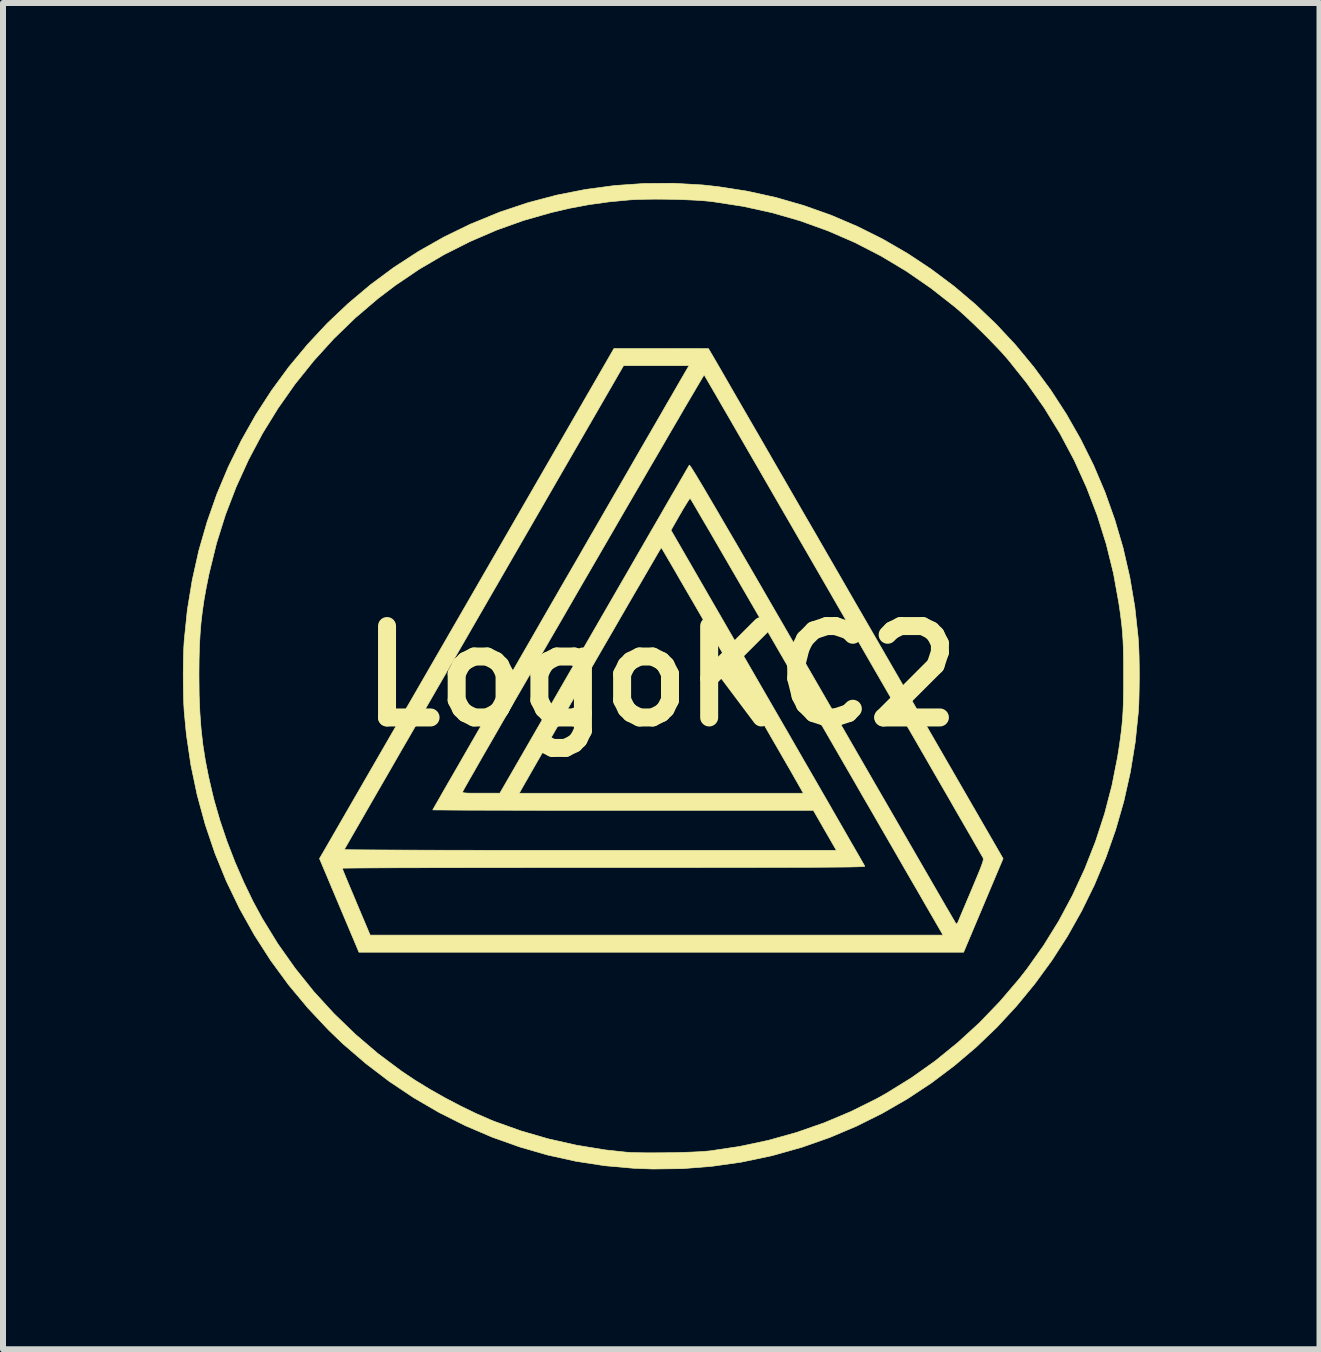
<source format=kicad_pcb>
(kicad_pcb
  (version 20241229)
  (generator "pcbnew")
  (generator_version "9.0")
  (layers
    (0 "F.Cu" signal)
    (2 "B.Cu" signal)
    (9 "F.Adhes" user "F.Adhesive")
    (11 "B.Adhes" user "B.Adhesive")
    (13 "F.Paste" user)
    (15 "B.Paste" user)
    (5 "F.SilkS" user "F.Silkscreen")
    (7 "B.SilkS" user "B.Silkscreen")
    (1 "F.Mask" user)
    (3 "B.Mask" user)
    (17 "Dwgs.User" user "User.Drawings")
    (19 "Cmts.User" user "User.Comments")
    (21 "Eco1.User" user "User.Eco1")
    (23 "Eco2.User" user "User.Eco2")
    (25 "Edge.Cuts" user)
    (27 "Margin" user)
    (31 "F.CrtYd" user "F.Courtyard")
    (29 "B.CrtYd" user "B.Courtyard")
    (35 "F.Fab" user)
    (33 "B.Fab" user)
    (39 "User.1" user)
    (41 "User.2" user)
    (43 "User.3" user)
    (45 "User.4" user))
  (footprint "LogoKC2"
    (layer "F.Cu")
    (at 7.974 8.221)
    (property "Reference" "LogoKC2" (at 0 0 0) (layer "F.SilkS") (effects (font (size 1.524 1.524) (thickness 0.3))))
    (attr through_hole)
    (fp_poly (pts (xy 0.689 -8.188) (xy 0.945 -8.16) (xy 1.433 -8.084) (xy 1.91 -7.979) (xy 2.375 -7.845) (xy 2.829 -7.684) (xy 3.269 -7.496) (xy 3.695 -7.283) (xy 4.106 -7.045) (xy 4.501 -6.783) (xy 4.88 -6.499) (xy 5.241 -6.193) (xy 5.583 -5.866) (xy 5.907 -5.519) (xy 6.21 -5.152) (xy 6.493 -4.768) (xy 6.753 -4.367) (xy 6.991 -3.949) (xy 7.206 -3.516) (xy 7.396 -3.069) (xy 7.56 -2.608) (xy 7.699 -2.135) (xy 7.81 -1.65) (xy 7.894 -1.154) (xy 7.949 -0.649) (xy 7.953 -0.595) (xy 7.96 -0.473) (xy 7.965 -0.327) (xy 7.968 -0.166) (xy 7.969 0.004) (xy 7.967 0.173) (xy 7.964 0.334) (xy 7.96 0.479) (xy 7.953 0.595) (xy 7.901 1.102) (xy 7.82 1.599) (xy 7.711 2.087) (xy 7.574 2.563) (xy 7.411 3.027) (xy 7.222 3.478) (xy 7.008 3.915) (xy 6.771 4.337) (xy 6.51 4.742) (xy 6.226 5.131) (xy 5.922 5.501) (xy 5.596 5.853) (xy 5.251 6.184) (xy 4.886 6.494) (xy 4.504 6.782) (xy 4.103 7.047) (xy 3.687 7.287) (xy 3.254 7.503) (xy 2.807 7.692) (xy 2.346 7.854) (xy 1.871 7.988) (xy 1.818 8.001) (xy 1.332 8.103) (xy 0.844 8.172) (xy 0.353 8.211) (xy -0.143 8.217) (xy -0.459 8.205) (xy -0.944 8.162) (xy -1.424 8.088) (xy -1.898 7.983) (xy -2.364 7.848) (xy -2.822 7.685) (xy -3.27 7.493) (xy -3.706 7.274) (xy -4.129 7.028) (xy -4.537 6.755) (xy -4.929 6.456) (xy -5.304 6.133) (xy -5.541 5.906) (xy -5.89 5.535) (xy -6.215 5.145) (xy -6.513 4.738) (xy -6.785 4.314) (xy -7.031 3.874) (xy -7.25 3.42) (xy -7.441 2.953) (xy -7.603 2.473) (xy -7.737 1.982) (xy -7.842 1.482) (xy -7.917 0.972) (xy -7.953 0.595) (xy -7.96 0.473) (xy -7.965 0.327) (xy -7.968 0.166) (xy -7.969 0) (xy -7.707 0) (xy -7.704 0.315) (xy -7.692 0.605) (xy -7.672 0.879) (xy -7.642 1.143) (xy -7.601 1.405) (xy -7.549 1.67) (xy -7.485 1.947) (xy -7.452 2.08) (xy -7.356 2.412) (xy -7.24 2.755) (xy -7.107 3.099) (xy -6.96 3.437) (xy -6.804 3.76) (xy -6.652 4.04) (xy -6.391 4.465) (xy -6.103 4.872) (xy -5.792 5.26) (xy -5.457 5.626) (xy -5.1 5.971) (xy -4.723 6.293) (xy -4.329 6.587) (xy -4.106 6.736) (xy -3.863 6.885) (xy -3.607 7.03) (xy -3.346 7.167) (xy -3.09 7.291) (xy -2.845 7.398) (xy -2.786 7.422) (xy -2.342 7.581) (xy -1.884 7.714) (xy -1.414 7.82) (xy -0.938 7.898) (xy -0.587 7.936) (xy -0.501 7.942) (xy -0.389 7.945) (xy -0.256 7.947) (xy -0.11 7.947) (xy 0.045 7.946) (xy 0.203 7.944) (xy 0.357 7.94) (xy 0.503 7.935) (xy 0.633 7.929) (xy 0.743 7.921) (xy 0.818 7.914) (xy 1.305 7.841) (xy 1.785 7.739) (xy 2.256 7.607) (xy 2.715 7.447) (xy 3.161 7.259) (xy 3.592 7.045) (xy 3.754 6.954) (xy 4.165 6.7) (xy 4.562 6.419) (xy 4.941 6.111) (xy 5.304 5.779) (xy 5.646 5.423) (xy 5.968 5.046) (xy 6.096 4.882) (xy 6.372 4.493) (xy 6.626 4.083) (xy 6.855 3.655) (xy 7.06 3.212) (xy 7.239 2.757) (xy 7.391 2.291) (xy 7.514 1.818) (xy 7.608 1.341) (xy 7.628 1.214) (xy 7.649 1.07) (xy 7.666 0.941) (xy 7.679 0.823) (xy 7.69 0.708) (xy 7.697 0.592) (xy 7.702 0.468) (xy 7.705 0.329) (xy 7.707 0.171) (xy 7.707 0) (xy 7.707 -0.182) (xy 7.705 -0.339) (xy 7.702 -0.476) (xy 7.697 -0.6) (xy 7.689 -0.716) (xy 7.679 -0.83) (xy 7.665 -0.949) (xy 7.648 -1.079) (xy 7.628 -1.214) (xy 7.539 -1.71) (xy 7.419 -2.197) (xy 7.269 -2.676) (xy 7.09 -3.144) (xy 6.883 -3.6) (xy 6.647 -4.043) (xy 6.384 -4.472) (xy 6.093 -4.885) (xy 5.777 -5.281) (xy 5.765 -5.294) (xy 5.681 -5.39) (xy 5.577 -5.5) (xy 5.461 -5.62) (xy 5.338 -5.743) (xy 5.213 -5.865) (xy 5.092 -5.979) (xy 4.981 -6.08) (xy 4.89 -6.158) (xy 4.493 -6.469) (xy 4.083 -6.752) (xy 3.66 -7.005) (xy 3.225 -7.229) (xy 2.778 -7.423) (xy 2.318 -7.589) (xy 1.847 -7.725) (xy 1.365 -7.831) (xy 0.872 -7.907) (xy 0.818 -7.914) (xy 0.702 -7.925) (xy 0.563 -7.934) (xy 0.405 -7.941) (xy 0.236 -7.947) (xy 0.064 -7.95) (xy -0.105 -7.951) (xy -0.264 -7.949) (xy -0.407 -7.945) (xy -0.524 -7.939) (xy -0.871 -7.906) (xy -1.202 -7.86) (xy -1.528 -7.799) (xy -1.832 -7.728) (xy -2.292 -7.597) (xy -2.744 -7.436) (xy -3.187 -7.245) (xy -3.618 -7.028) (xy -4.034 -6.784) (xy -4.433 -6.514) (xy -4.724 -6.293) (xy -5.104 -5.969) (xy -5.461 -5.623) (xy -5.794 -5.256) (xy -6.104 -4.87) (xy -6.388 -4.466) (xy -6.648 -4.045) (xy -6.88 -3.608) (xy -7.086 -3.156) (xy -7.265 -2.691) (xy -7.415 -2.213) (xy -7.535 -1.724) (xy -7.546 -1.673) (xy -7.589 -1.459) (xy -7.624 -1.262) (xy -7.651 -1.074) (xy -7.673 -0.889) (xy -7.688 -0.701) (xy -7.699 -0.503) (xy -7.705 -0.287) (xy -7.707 -0.048) (xy -7.707 0) (xy -7.969 0) (xy -7.969 -0.004) (xy -7.968 -0.173) (xy -7.965 -0.334) (xy -7.96 -0.479) (xy -7.953 -0.595) (xy -7.901 -1.103) (xy -7.819 -1.602) (xy -7.71 -2.091) (xy -7.572 -2.569) (xy -7.408 -3.036) (xy -7.217 -3.49) (xy -7.001 -3.929) (xy -6.761 -4.354) (xy -6.497 -4.762) (xy -6.21 -5.153) (xy -5.9 -5.526) (xy -5.57 -5.88) (xy -5.218 -6.213) (xy -4.847 -6.525) (xy -4.457 -6.814) (xy -4.049 -7.079) (xy -3.623 -7.32) (xy -3.181 -7.535) (xy -2.722 -7.723) (xy -2.69 -7.736) (xy -2.222 -7.892) (xy -1.746 -8.018) (xy -1.264 -8.113) (xy -0.778 -8.178) (xy -0.289 -8.212) (xy 0.2 -8.216) (xy 0.689 -8.188)) (stroke (width 0.01) (type solid)) (fill yes) (layer "F.SilkS"))
    (fp_poly (pts (xy -0.001 -5.461) (xy 0.786 -5.46) (xy 0.861 -5.333) (xy 0.875 -5.309) (xy 0.904 -5.259) (xy 0.948 -5.183) (xy 1.006 -5.083) (xy 1.077 -4.96) (xy 1.16 -4.815) (xy 1.256 -4.649) (xy 1.363 -4.464) (xy 1.481 -4.26) (xy 1.61 -4.038) (xy 1.747 -3.8) (xy 1.893 -3.547) (xy 2.048 -3.279) (xy 2.21 -2.998) (xy 2.379 -2.705) (xy 2.555 -2.402) (xy 2.736 -2.088) (xy 2.922 -1.766) (xy 3.112 -1.436) (xy 3.306 -1.1) (xy 3.317 -1.082) (xy 5.698 3.042) (xy 5.04 4.603) (xy 0 4.603) (xy -5.04 4.603) (xy -5.369 3.823) (xy -5.63 3.203) (xy -5.318 3.203) (xy -5.313 3.22) (xy -5.296 3.262) (xy -5.269 3.328) (xy -5.234 3.413) (xy -5.192 3.514) (xy -5.144 3.627) (xy -5.092 3.751) (xy -5.086 3.766) (xy -4.853 4.318) (xy 4.697 4.318) (xy 4.58 4.116) (xy 4.562 4.084) (xy 4.528 4.026) (xy 4.48 3.943) (xy 4.418 3.836) (xy 4.344 3.707) (xy 4.257 3.556) (xy 4.158 3.386) (xy 4.049 3.197) (xy 3.93 2.99) (xy 3.801 2.767) (xy 3.664 2.53) (xy 3.519 2.278) (xy 3.366 2.015) (xy 3.208 1.74) (xy 3.043 1.455) (xy 2.874 1.162) (xy 2.7 0.861) (xy 2.523 0.554) (xy 2.478 0.477) (xy 2.302 0.171) (xy 2.13 -0.127) (xy 1.962 -0.417) (xy 1.8 -0.697) (xy 1.644 -0.967) (xy 1.495 -1.224) (xy 1.353 -1.469) (xy 1.22 -1.699) (xy 1.095 -1.914) (xy 0.98 -2.112) (xy 0.875 -2.293) (xy 0.781 -2.455) (xy 0.698 -2.596) (xy 0.628 -2.716) (xy 0.571 -2.814) (xy 0.527 -2.889) (xy 0.497 -2.938) (xy 0.483 -2.962) (xy 0.481 -2.964) (xy 0.47 -2.952) (xy 0.445 -2.916) (xy 0.411 -2.861) (xy 0.368 -2.791) (xy 0.321 -2.71) (xy 0.315 -2.7) (xy 0.162 -2.432) (xy 1.773 0.358) (xy 1.932 0.633) (xy 2.087 0.901) (xy 2.236 1.16) (xy 2.38 1.41) (xy 2.518 1.648) (xy 2.648 1.874) (xy 2.771 2.087) (xy 2.884 2.284) (xy 2.988 2.465) (xy 3.082 2.628) (xy 3.165 2.773) (xy 3.237 2.897) (xy 3.296 2.999) (xy 3.341 3.079) (xy 3.373 3.134) (xy 3.39 3.164) (xy 3.392 3.169) (xy 3.389 3.172) (xy 3.378 3.174) (xy 3.357 3.175) (xy 3.326 3.177) (xy 3.283 3.179) (xy 3.227 3.18) (xy 3.158 3.182) (xy 3.074 3.183) (xy 2.975 3.184) (xy 2.859 3.185) (xy 2.726 3.186) (xy 2.573 3.187) (xy 2.401 3.188) (xy 2.208 3.188) (xy 1.994 3.189) (xy 1.756 3.189) (xy 1.495 3.19) (xy 1.209 3.19) (xy 0.897 3.19) (xy 0.558 3.191) (xy 0.192 3.191) (xy -0.204 3.191) (xy -0.63 3.191) (xy -0.959 3.191) (xy -1.329 3.191) (xy -1.69 3.191) (xy -2.042 3.191) (xy -2.383 3.192) (xy -2.712 3.192) (xy -3.027 3.192) (xy -3.328 3.193) (xy -3.612 3.193) (xy -3.879 3.194) (xy -4.128 3.195) (xy -4.357 3.195) (xy -4.564 3.196) (xy -4.75 3.197) (xy -4.911 3.198) (xy -5.047 3.199) (xy -5.158 3.2) (xy -5.24 3.201) (xy -5.294 3.202) (xy -5.317 3.203) (xy -5.318 3.203) (xy -5.63 3.203) (xy -5.698 3.042) (xy -5.61 2.891) (xy -5.284 2.891) (xy -5.269 2.892) (xy -5.223 2.894) (xy -5.147 2.895) (xy -5.042 2.896) (xy -4.909 2.897) (xy -4.75 2.898) (xy -4.564 2.899) (xy -4.353 2.9) (xy -4.118 2.901) (xy -3.86 2.902) (xy -3.579 2.903) (xy -3.278 2.903) (xy -2.955 2.904) (xy -2.614 2.904) (xy -2.254 2.905) (xy -1.876 2.905) (xy -1.482 2.905) (xy -1.185 2.905) (xy 2.919 2.905) (xy 2.727 2.572) (xy 2.535 2.238) (xy -0.637 2.238) (xy -0.952 2.238) (xy -1.259 2.238) (xy -1.555 2.238) (xy -1.84 2.238) (xy -2.111 2.237) (xy -2.368 2.237) (xy -2.609 2.236) (xy -2.833 2.236) (xy -3.037 2.235) (xy -3.221 2.235) (xy -3.383 2.234) (xy -3.521 2.233) (xy -3.634 2.232) (xy -3.72 2.232) (xy -3.778 2.231) (xy -3.807 2.23) (xy -3.81 2.23) (xy -3.802 2.215) (xy -3.779 2.175) (xy -3.742 2.11) (xy -3.691 2.022) (xy -3.652 1.953) (xy -2.368 1.953) (xy 2.368 1.953) (xy 2.315 1.859) (xy 2.279 1.795) (xy 2.23 1.71) (xy 2.17 1.604) (xy 2.099 1.481) (xy 2.018 1.341) (xy 1.929 1.186) (xy 1.832 1.019) (xy 1.73 0.841) (xy 1.622 0.654) (xy 1.51 0.46) (xy 1.395 0.26) (xy 1.277 0.058) (xy 1.159 -0.147) (xy 1.041 -0.351) (xy 0.924 -0.553) (xy 0.81 -0.751) (xy 0.698 -0.943) (xy 0.592 -1.127) (xy 0.49 -1.302) (xy 0.395 -1.465) (xy 0.308 -1.615) (xy 0.23 -1.751) (xy 0.161 -1.869) (xy 0.103 -1.968) (xy 0.057 -2.047) (xy 0.024 -2.103) (xy 0.004 -2.135) (xy 0 -2.142) (xy -0.008 -2.129) (xy -0.032 -2.09) (xy -0.069 -2.027) (xy -0.118 -1.942) (xy -0.179 -1.837) (xy -0.251 -1.714) (xy -0.332 -1.574) (xy -0.422 -1.42) (xy -0.519 -1.253) (xy -0.622 -1.075) (xy -0.73 -0.888) (xy -0.842 -0.694) (xy -0.958 -0.495) (xy -1.075 -0.292) (xy -1.193 -0.088) (xy -1.311 0.116) (xy -1.428 0.318) (xy -1.542 0.516) (xy -1.653 0.709) (xy -1.76 0.893) (xy -1.861 1.069) (xy -1.956 1.232) (xy -2.043 1.383) (xy -2.121 1.519) (xy -2.189 1.638) (xy -2.246 1.738) (xy -2.292 1.818) (xy -2.315 1.859) (xy -2.368 1.953) (xy -3.652 1.953) (xy -3.642 1.936) (xy -3.312 1.936) (xy -3.303 1.943) (xy -3.28 1.947) (xy -3.24 1.95) (xy -3.179 1.952) (xy -3.093 1.952) (xy -3.006 1.952) (xy -2.691 1.952) (xy -1.12 -0.772) (xy -0.963 -1.044) (xy -0.81 -1.309) (xy -0.662 -1.565) (xy -0.52 -1.811) (xy -0.384 -2.047) (xy -0.256 -2.269) (xy -0.135 -2.478) (xy -0.023 -2.671) (xy 0.079 -2.849) (xy 0.171 -3.008) (xy 0.253 -3.148) (xy 0.322 -3.268) (xy 0.379 -3.366) (xy 0.422 -3.441) (xy 0.452 -3.491) (xy 0.466 -3.516) (xy 0.468 -3.518) (xy 0.473 -3.514) (xy 0.486 -3.496) (xy 0.508 -3.464) (xy 0.537 -3.417) (xy 0.576 -3.355) (xy 0.623 -3.276) (xy 0.681 -3.18) (xy 0.748 -3.066) (xy 0.826 -2.933) (xy 0.915 -2.782) (xy 1.015 -2.61) (xy 1.127 -2.418) (xy 1.252 -2.205) (xy 1.388 -1.969) (xy 1.538 -1.711) (xy 1.701 -1.429) (xy 1.878 -1.123) (xy 2.069 -0.793) (xy 2.275 -0.436) (xy 2.496 -0.054) (xy 2.69 0.282) (xy 2.876 0.604) (xy 3.058 0.92) (xy 3.235 1.227) (xy 3.407 1.525) (xy 3.573 1.813) (xy 3.733 2.089) (xy 3.885 2.352) (xy 4.029 2.602) (xy 4.165 2.837) (xy 4.291 3.055) (xy 4.408 3.257) (xy 4.514 3.441) (xy 4.609 3.605) (xy 4.692 3.749) (xy 4.763 3.871) (xy 4.821 3.97) (xy 4.865 4.046) (xy 4.895 4.097) (xy 4.909 4.122) (xy 4.911 4.124) (xy 4.924 4.132) (xy 4.939 4.113) (xy 4.949 4.093) (xy 4.96 4.066) (xy 4.982 4.013) (xy 5.013 3.939) (xy 5.052 3.848) (xy 5.096 3.743) (xy 5.145 3.628) (xy 5.177 3.552) (xy 5.233 3.418) (xy 5.278 3.31) (xy 5.313 3.225) (xy 5.338 3.16) (xy 5.355 3.112) (xy 5.365 3.078) (xy 5.368 3.054) (xy 5.367 3.038) (xy 5.364 3.028) (xy 5.353 3.009) (xy 5.326 2.963) (xy 5.286 2.892) (xy 5.232 2.799) (xy 5.166 2.683) (xy 5.087 2.547) (xy 4.997 2.391) (xy 4.897 2.218) (xy 4.788 2.027) (xy 4.669 1.822) (xy 4.542 1.602) (xy 4.408 1.369) (xy 4.267 1.125) (xy 4.12 0.871) (xy 3.969 0.608) (xy 3.813 0.338) (xy 3.653 0.061) (xy 3.49 -0.221) (xy 3.326 -0.506) (xy 3.16 -0.793) (xy 2.993 -1.081) (xy 2.827 -1.369) (xy 2.662 -1.655) (xy 2.498 -1.939) (xy 2.337 -2.217) (xy 2.179 -2.491) (xy 2.025 -2.757) (xy 1.876 -3.015) (xy 1.733 -3.263) (xy 1.596 -3.5) (xy 1.465 -3.726) (xy 1.343 -3.937) (xy 1.229 -4.134) (xy 1.125 -4.315) (xy 1.03 -4.478) (xy 0.947 -4.622) (xy 0.875 -4.746) (xy 0.815 -4.849) (xy 0.769 -4.929) (xy 0.736 -4.985) (xy 0.718 -5.016) (xy 0.715 -5.021) (xy 0.706 -5.009) (xy 0.683 -4.97) (xy 0.645 -4.906) (xy 0.594 -4.82) (xy 0.53 -4.711) (xy 0.454 -4.582) (xy 0.367 -4.434) (xy 0.271 -4.268) (xy 0.164 -4.086) (xy 0.05 -3.889) (xy -0.072 -3.679) (xy -0.202 -3.457) (xy -0.337 -3.224) (xy -0.478 -2.982) (xy -0.623 -2.733) (xy -0.771 -2.477) (xy -0.923 -2.215) (xy -1.076 -1.951) (xy -1.231 -1.684) (xy -1.386 -1.417) (xy -1.54 -1.15) (xy -1.693 -0.885) (xy -1.845 -0.624) (xy -1.993 -0.368) (xy -2.137 -0.118) (xy -2.277 0.124) (xy -2.412 0.357) (xy -2.54 0.58) (xy -2.662 0.791) (xy -2.775 0.988) (xy -2.88 1.17) (xy -2.976 1.336) (xy -3.061 1.485) (xy -3.135 1.615) (xy -3.198 1.724) (xy -3.247 1.811) (xy -3.284 1.876) (xy -3.305 1.915) (xy -3.312 1.928) (xy -3.312 1.936) (xy -3.642 1.936) (xy -3.628 1.911) (xy -3.553 1.78) (xy -3.466 1.63) (xy -3.369 1.462) (xy -3.263 1.277) (xy -3.148 1.077) (xy -3.025 0.864) (xy -2.895 0.638) (xy -2.758 0.401) (xy -2.616 0.154) (xy -2.469 -0.1) (xy -2.318 -0.362) (xy -2.164 -0.629) (xy -2.008 -0.901) (xy -1.85 -1.175) (xy -1.691 -1.451) (xy -1.532 -1.726) (xy -1.373 -2) (xy -1.217 -2.272) (xy -1.062 -2.539) (xy -0.911 -2.801) (xy -0.764 -3.056) (xy -0.621 -3.303) (xy -0.484 -3.541) (xy -0.354 -3.767) (xy -0.23 -3.981) (xy -0.114 -4.181) (xy -0.007 -4.366) (xy 0.09 -4.535) (xy 0.178 -4.686) (xy 0.254 -4.818) (xy 0.318 -4.929) (xy 0.37 -5.018) (xy 0.408 -5.084) (xy 0.432 -5.125) (xy 0.441 -5.14) (xy 0.464 -5.175) (xy -0.629 -5.175) (xy -2.954 -1.149) (xy -3.145 -0.818) (xy -3.332 -0.494) (xy -3.514 -0.179) (xy -3.691 0.128) (xy -3.862 0.424) (xy -4.026 0.709) (xy -4.183 0.981) (xy -4.333 1.239) (xy -4.473 1.483) (xy -4.605 1.712) (xy -4.727 1.923) (xy -4.839 2.117) (xy -4.939 2.291) (xy -5.028 2.446) (xy -5.105 2.579) (xy -5.169 2.69) (xy -5.219 2.778) (xy -5.256 2.841) (xy -5.277 2.879) (xy -5.284 2.891) (xy -5.61 2.891) (xy -3.243 -1.209) (xy -0.789 -5.461) (xy -0.001 -5.461)) (stroke (width 0.01) (type solid)) (fill yes) (layer "F.SilkS")))
  (gr_rect
    (start -3 -3)
    (end 18.947 19.443)
    (stroke (width 0.1) (type default))
    (fill no)
    (layer "Edge.Cuts")))
</source>
